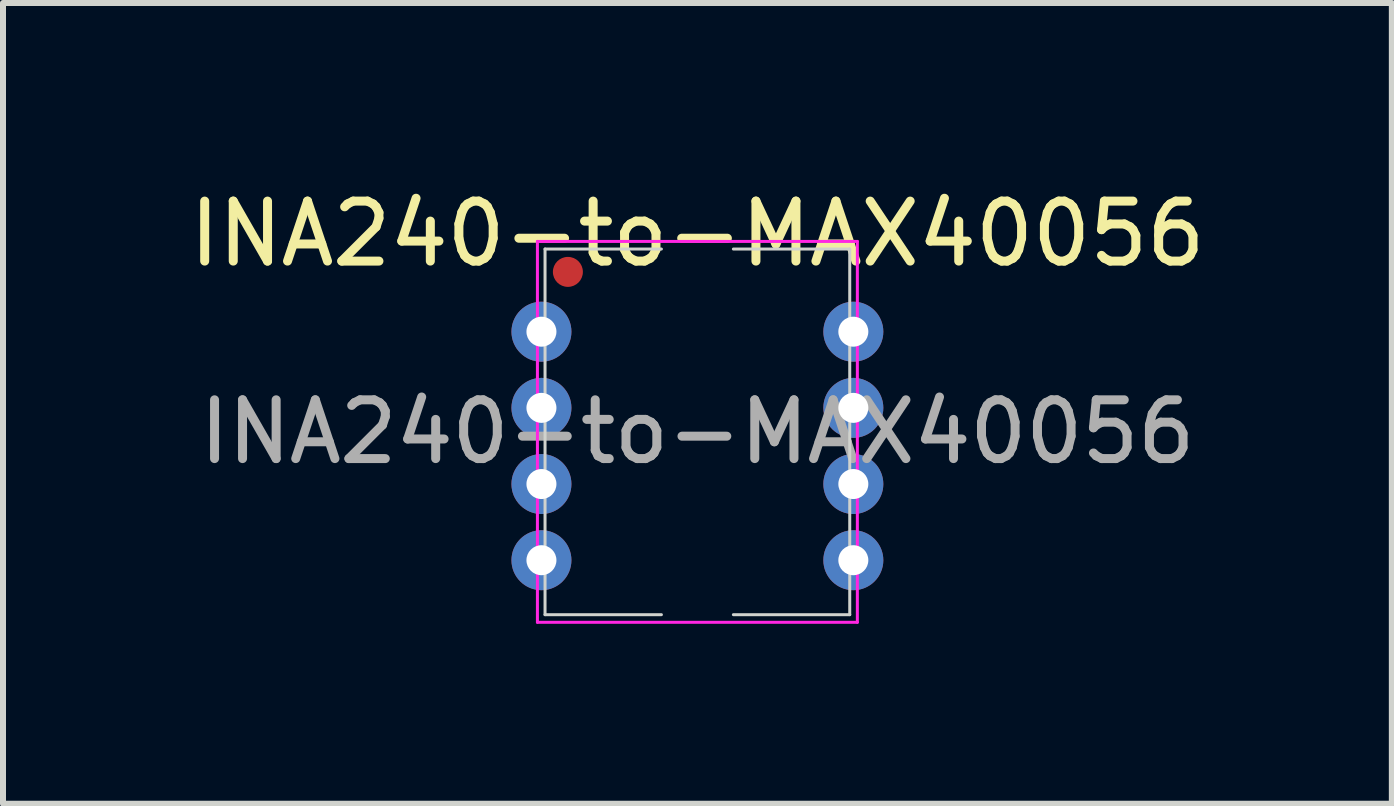
<source format=kicad_pcb>
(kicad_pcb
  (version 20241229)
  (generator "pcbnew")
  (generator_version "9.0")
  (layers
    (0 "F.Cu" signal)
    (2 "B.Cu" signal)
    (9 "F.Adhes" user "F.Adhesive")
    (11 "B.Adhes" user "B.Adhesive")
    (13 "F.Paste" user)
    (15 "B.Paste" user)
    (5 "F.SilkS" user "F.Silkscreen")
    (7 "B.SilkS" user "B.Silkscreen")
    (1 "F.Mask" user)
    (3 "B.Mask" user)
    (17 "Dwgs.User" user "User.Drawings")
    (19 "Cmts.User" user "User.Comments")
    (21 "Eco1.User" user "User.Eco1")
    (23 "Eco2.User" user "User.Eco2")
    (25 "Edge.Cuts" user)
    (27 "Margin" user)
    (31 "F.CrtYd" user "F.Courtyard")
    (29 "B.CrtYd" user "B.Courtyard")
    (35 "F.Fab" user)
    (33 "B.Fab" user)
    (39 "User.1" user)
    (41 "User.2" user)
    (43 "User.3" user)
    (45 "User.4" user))
  (footprint "INA240-to-MAX40056"
    (layer "F.Cu")
    (at 8.577 4.15)
    (property "Reference" "INA240-to-MAX40056" (at 0 -3.302 0) (layer "F.SilkS") (effects (font (size 1 1) (thickness 0.15))))
    (attr smd)
    (fp_line (start -2.54 -3.048) (end -2.54 3.048) (stroke (width 0.05) (type solid)) (layer "Edge.Cuts"))
    (fp_line (start -2.54 -3.048) (end -0.6 -3.048) (stroke (width 0.05) (type solid)) (layer "Edge.Cuts"))
    (fp_line (start -2.54 3.048) (end -0.6 3.048) (stroke (width 0.05) (type solid)) (layer "Edge.Cuts"))
    (fp_line (start 0.6 -3.048) (end 2.54 -3.048) (stroke (width 0.05) (type solid)) (layer "Edge.Cuts"))
    (fp_line (start 0.6 3.048) (end 2.54 3.048) (stroke (width 0.05) (type solid)) (layer "Edge.Cuts"))
    (fp_line (start 2.54 3.048) (end 2.54 -3.048) (stroke (width 0.05) (type solid)) (layer "Edge.Cuts"))
    (fp_line (start -2.667 -3.175) (end -2.667 3.175) (stroke (width 0.05) (type solid)) (layer "F.CrtYd"))
    (fp_line (start -2.667 3.175) (end 2.667 3.175) (stroke (width 0.05) (type solid)) (layer "F.CrtYd"))
    (fp_line (start 2.667 -3.175) (end -2.667 -3.175) (stroke (width 0.05) (type solid)) (layer "F.CrtYd"))
    (fp_line (start 2.667 3.175) (end 2.667 -3.175) (stroke (width 0.05) (type solid)) (layer "F.CrtYd"))
    (fp_text user "${REFERENCE}" (at 0 0 0) (layer "F.Fab") (effects (font (size 0.98 0.98) (thickness 0.15))))
    (pad "" smd circle (at -2.159 -2.667) (size 0.5 0.5) (layers "F.Cu" "F.Mask" "F.Paste"))
    (pad "1" thru_hole circle (at -2.6 -1.67) (size 1 1) (drill 0.5) (layers "*.Cu" "*.Mask"))
    (pad "2" thru_hole circle (at -2.6 -0.4) (size 1 1) (drill 0.5) (layers "*.Cu" "*.Mask"))
    (pad "3" thru_hole circle (at -2.6 0.87) (size 1 1) (drill 0.5) (layers "*.Cu" "*.Mask"))
    (pad "4" thru_hole circle (at -2.6 2.14) (size 1 1) (drill 0.5) (layers "*.Cu" "*.Mask"))
    (pad "5" thru_hole circle (at 2.6 2.14) (size 1 1) (drill 0.5) (layers "*.Cu" "*.Mask"))
    (pad "6" thru_hole circle (at 2.6 0.87) (size 1 1) (drill 0.5) (layers "*.Cu" "*.Mask"))
    (pad "7" thru_hole circle (at 2.6 -0.4) (size 1 1) (drill 0.5) (layers "*.Cu" "*.Mask"))
    (pad "8" thru_hole circle (at 2.6 -1.67) (size 1 1) (drill 0.5) (layers "*.Cu" "*.Mask")))
  (gr_rect
    (start -3 -3)
    (end 20.155 10.35)
    (stroke (width 0.1) (type default))
    (fill no)
    (layer "Edge.Cuts")))
</source>
